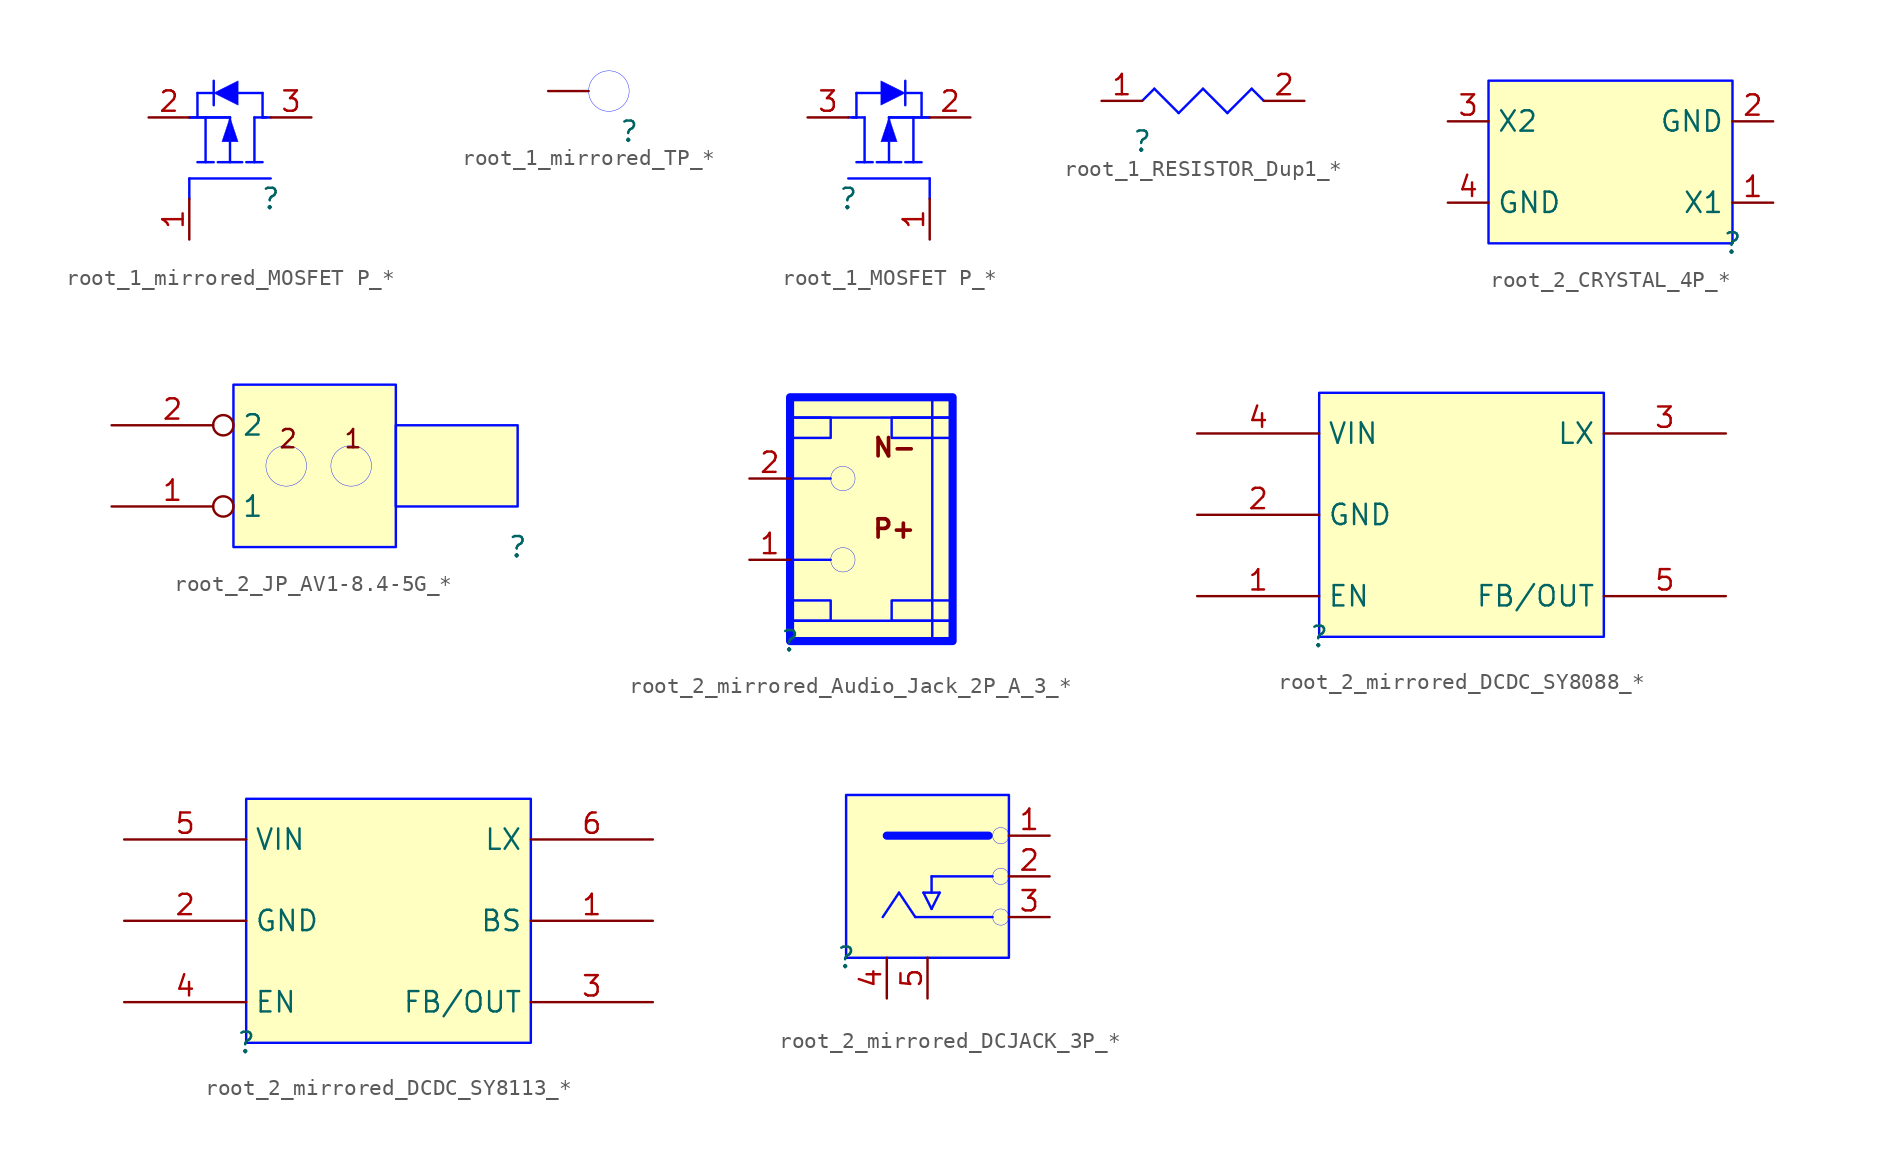
<source format=kicad_sym>
(kicad_symbol_lib
  (version 20241209)
  (generator "kicad_symbol_editor")
  (generator_version "9.0")
  (symbol "root_1_mirrored_MOSFET P_*"
    (pin_names
      (hide yes))
    (property "Reference" ""
      (at 0 0 0)
      (effects (font (size 1.27 1.27))))
    (property "Value" ""
      (at 0 0 0)
      (effects (font (size 1.27 1.27))))
    (symbol "root_1_mirrored_MOSFET P_*_1_0"
      (polyline (pts (xy -5.08 1.27) (xy 0 1.27)) (stroke (width 0) (type solid) (color 0 11 255 1)) (fill (type none)))
      (polyline (pts (xy -5.08 0) (xy -5.08 1.27)) (stroke (width 0) (type solid) (color 0 11 255 1)) (fill (type none)))
      (polyline (pts (xy -4.572 6.604) (xy -4.572 5.08)) (stroke (width 0) (type solid) (color 0 11 255 1)) (fill (type none)))
      (polyline (pts (xy -4.064 2.286) (xy -4.064 5.08)) (stroke (width 0) (type solid) (color 0 11 255 1)) (fill (type none)))
      (polyline (pts (xy -3.556 6.604) (xy -4.572 6.604)) (stroke (width 0) (type solid) (color 0 11 255 1)) (fill (type none)))
      (polyline (pts (xy -3.556 6.604) (xy -2.032 5.842) (xy -2.032 7.366) (xy -3.556 6.604) (xy -3.556 6.604)) (stroke (width 0.025) (type solid) (color 0 11 255 1)) (fill (type color) (color 0 0 255 1)))
      (polyline (pts (xy -3.556 5.842) (xy -3.556 7.366)) (stroke (width 0) (type solid) (color 0 11 255 1)) (fill (type none)))
      (polyline (pts (xy -3.556 2.286) (xy -4.572 2.286)) (stroke (width 0) (type solid) (color 0 11 255 1)) (fill (type none)))
      (polyline (pts (xy -2.54 5.08) (xy -5.08 5.08)) (stroke (width 0) (type solid) (color 0 11 255 1)) (fill (type none)))
      (polyline (pts (xy -2.54 5.08) (xy -5.08 5.08)) (stroke (width 0) (type solid) (color 0 11 255 1)) (fill (type none)))
      (polyline (pts (xy -2.54 5.08) (xy -3.048 3.556) (xy -2.032 3.556) (xy -2.54 5.08) (xy -2.54 5.08)) (stroke (width 0.025) (type solid) (color 0 11 255 1)) (fill (type color) (color 0 0 255 1)))
      (polyline (pts (xy -2.54 4.064) (xy -2.54 5.08)) (stroke (width 0) (type solid) (color 0 11 255 1)) (fill (type none)))
      (polyline (pts (xy -2.54 2.286) (xy -2.54 3.81)) (stroke (width 0) (type solid) (color 0 11 255 1)) (fill (type none)))
      (polyline (pts (xy -1.778 2.286) (xy -3.302 2.286)) (stroke (width 0) (type solid) (color 0 11 255 1)) (fill (type none)))
      (polyline (pts (xy -1.016 5.08) (xy -1.016 2.286)) (stroke (width 0) (type solid) (color 0 11 255 1)) (fill (type none)))
      (polyline (pts (xy -0.508 6.604) (xy -2.032 6.604)) (stroke (width 0) (type solid) (color 0 11 255 1)) (fill (type none)))
      (polyline (pts (xy -0.508 5.08) (xy -1.016 5.08)) (stroke (width 0) (type solid) (color 0 11 255 1)) (fill (type none)))
      (polyline (pts (xy -0.508 5.08) (xy -0.508 6.604)) (stroke (width 0) (type solid) (color 0 11 255 1)) (fill (type none)))
      (polyline (pts (xy -0.508 2.286) (xy -1.524 2.286)) (stroke (width 0) (type solid) (color 0 11 255 1)) (fill (type none)))
      (polyline (pts (xy -0.254 5.08) (xy -0.508 5.08)) (stroke (width 0) (type solid) (color 0 11 255 1)) (fill (type none)))
      (polyline (pts (xy 0 5.08) (xy -0.508 5.08)) (stroke (width 0) (type solid) (color 0 11 255 1)) (fill (type none)))
      (pin passive line (at -7.62 5.08 0) (length 2.54) (name "SOURCE" (effects (font (size 1.27 1.27)))) (number "2" (effects (font (size 1.27 1.27)))))
      (pin passive line (at -5.08 -2.54 90) (length 2.54) (name "GATE" (effects (font (size 1.27 1.27)))) (number "1" (effects (font (size 1.27 1.27)))))
      (pin passive line (at 2.54 5.08 180) (length 2.54) (name "DRAIN" (effects (font (size 1.27 1.27)))) (number "3" (effects (font (size 1.27 1.27)))))))
  (symbol "root_1_mirrored_TP_*"
    (pin_numbers
      (hide yes))
    (pin_names
      (hide yes))
    (property "Reference" ""
      (at 0 0 0)
      (effects (font (size 1.27 1.27))))
    (property "Value" ""
      (at 0 0 0)
      (effects (font (size 1.27 1.27))))
    (symbol "root_1_mirrored_TP_*_1_0"
      (circle (center -1.27 2.54) (radius 1.27) (stroke (width 0.025) (type solid) (color 0 11 255 1)) (fill (type none)))
      (pin passive line (at -5.08 2.54 0) (length 2.54) (name "1" (effects (font (size 1.27 1.27)))) (number "1" (effects (font (size 1.27 1.27)))))))
  (symbol "root_1_MOSFET P_*"
    (pin_names
      (hide yes))
    (property "Reference" ""
      (at 0 0 0)
      (effects (font (size 1.27 1.27))))
    (property "Value" ""
      (at 0 0 0)
      (effects (font (size 1.27 1.27))))
    (symbol "root_1_MOSFET P_*_1_0"
      (polyline (pts (xy 0 5.08) (xy 0.508 5.08)) (stroke (width 0) (type solid) (color 0 11 255 1)) (fill (type none)))
      (polyline (pts (xy 0.254 5.08) (xy 0.508 5.08)) (stroke (width 0) (type solid) (color 0 11 255 1)) (fill (type none)))
      (polyline (pts (xy 0.508 6.604) (xy 2.032 6.604)) (stroke (width 0) (type solid) (color 0 11 255 1)) (fill (type none)))
      (polyline (pts (xy 0.508 5.08) (xy 0.508 6.604)) (stroke (width 0) (type solid) (color 0 11 255 1)) (fill (type none)))
      (polyline (pts (xy 0.508 5.08) (xy 1.016 5.08)) (stroke (width 0) (type solid) (color 0 11 255 1)) (fill (type none)))
      (polyline (pts (xy 0.508 2.286) (xy 1.524 2.286)) (stroke (width 0) (type solid) (color 0 11 255 1)) (fill (type none)))
      (polyline (pts (xy 1.016 5.08) (xy 1.016 2.286)) (stroke (width 0) (type solid) (color 0 11 255 1)) (fill (type none)))
      (polyline (pts (xy 1.778 2.286) (xy 3.302 2.286)) (stroke (width 0) (type solid) (color 0 11 255 1)) (fill (type none)))
      (polyline (pts (xy 2.54 5.08) (xy 5.08 5.08)) (stroke (width 0) (type solid) (color 0 11 255 1)) (fill (type none)))
      (polyline (pts (xy 2.54 5.08) (xy 5.08 5.08)) (stroke (width 0) (type solid) (color 0 11 255 1)) (fill (type none)))
      (polyline (pts (xy 2.54 5.08) (xy 3.048 3.556) (xy 2.032 3.556) (xy 2.54 5.08) (xy 2.54 5.08)) (stroke (width 0.025) (type solid) (color 0 11 255 1)) (fill (type color) (color 0 0 255 1)))
      (polyline (pts (xy 2.54 4.064) (xy 2.54 5.08)) (stroke (width 0) (type solid) (color 0 11 255 1)) (fill (type none)))
      (polyline (pts (xy 2.54 2.286) (xy 2.54 3.81)) (stroke (width 0) (type solid) (color 0 11 255 1)) (fill (type none)))
      (polyline (pts (xy 3.556 6.604) (xy 4.572 6.604)) (stroke (width 0) (type solid) (color 0 11 255 1)) (fill (type none)))
      (polyline (pts (xy 3.556 6.604) (xy 2.032 5.842) (xy 2.032 7.366) (xy 3.556 6.604) (xy 3.556 6.604)) (stroke (width 0.025) (type solid) (color 0 11 255 1)) (fill (type color) (color 0 0 255 1)))
      (polyline (pts (xy 3.556 5.842) (xy 3.556 7.366)) (stroke (width 0) (type solid) (color 0 11 255 1)) (fill (type none)))
      (polyline (pts (xy 3.556 2.286) (xy 4.572 2.286)) (stroke (width 0) (type solid) (color 0 11 255 1)) (fill (type none)))
      (polyline (pts (xy 4.064 2.286) (xy 4.064 5.08)) (stroke (width 0) (type solid) (color 0 11 255 1)) (fill (type none)))
      (polyline (pts (xy 4.572 6.604) (xy 4.572 5.08)) (stroke (width 0) (type solid) (color 0 11 255 1)) (fill (type none)))
      (polyline (pts (xy 5.08 1.27) (xy 0 1.27)) (stroke (width 0) (type solid) (color 0 11 255 1)) (fill (type none)))
      (polyline (pts (xy 5.08 0) (xy 5.08 1.27)) (stroke (width 0) (type solid) (color 0 11 255 1)) (fill (type none)))
      (pin passive line (at -2.54 5.08 0) (length 2.54) (name "DRAIN" (effects (font (size 1.27 1.27)))) (number "3" (effects (font (size 1.27 1.27)))))
      (pin passive line (at 5.08 -2.54 90) (length 2.54) (name "GATE" (effects (font (size 1.27 1.27)))) (number "1" (effects (font (size 1.27 1.27)))))
      (pin passive line (at 7.62 5.08 180) (length 2.54) (name "SOURCE" (effects (font (size 1.27 1.27)))) (number "2" (effects (font (size 1.27 1.27)))))))
  (symbol "root_1_RESISTOR_Dup1_*"
    (pin_names
      (hide yes))
    (property "Reference" ""
      (at 0 0 0)
      (effects (font (size 1.27 1.27))))
    (property "Value" ""
      (at 0 0 0)
      (effects (font (size 1.27 1.27))))
    (symbol "root_1_RESISTOR_Dup1_*_1_0"
      (polyline (pts (xy 0 2.54) (xy 0.762 3.302)) (stroke (width 0) (type solid) (color 0 11 255 1)) (fill (type none)))
      (polyline (pts (xy 0.762 3.302) (xy 2.286 1.778)) (stroke (width 0) (type solid) (color 0 11 255 1)) (fill (type none)))
      (polyline (pts (xy 2.286 1.778) (xy 3.81 3.302)) (stroke (width 0) (type solid) (color 0 11 255 1)) (fill (type none)))
      (polyline (pts (xy 3.81 3.302) (xy 5.334 1.778)) (stroke (width 0) (type solid) (color 0 11 255 1)) (fill (type none)))
      (polyline (pts (xy 5.334 1.778) (xy 6.858 3.302)) (stroke (width 0) (type solid) (color 0 11 255 1)) (fill (type none)))
      (polyline (pts (xy 6.858 3.302) (xy 7.62 2.54)) (stroke (width 0) (type solid) (color 0 11 255 1)) (fill (type none)))
      (pin passive line (at -2.54 2.54 0) (length 2.54) (name "1" (effects (font (size 1.27 1.27)))) (number "1" (effects (font (size 1.27 1.27)))))
      (pin passive line (at 10.16 2.54 180) (length 2.54) (name "2" (effects (font (size 1.27 1.27)))) (number "2" (effects (font (size 1.27 1.27)))))))
  (symbol "root_2_CRYSTAL_4P_*"
    (property "Reference" ""
      (at 0 0 0)
      (effects (font (size 1.27 1.27))))
    (property "Value" ""
      (at 0 0 0)
      (effects (font (size 1.27 1.27))))
    (symbol "root_2_CRYSTAL_4P_*_1_0"
      (rectangle (start 0 10.16) (end -15.24 0) (stroke (width 0) (type solid) (color 0 11 255 1)) (fill (type background)))
      (pin passive line (at -17.78 7.62 0) (length 2.54) (name "X2" (effects (font (size 1.27 1.27)))) (number "3" (effects (font (size 1.27 1.27)))))
      (pin power_in line (at -17.78 2.54 0) (length 2.54) (name "GND" (effects (font (size 1.27 1.27)))) (number "4" (effects (font (size 1.27 1.27)))))
      (pin power_in line (at 2.54 7.62 180) (length 2.54) (name "GND" (effects (font (size 1.27 1.27)))) (number "2" (effects (font (size 1.27 1.27)))))
      (pin passive line (at 2.54 2.54 180) (length 2.54) (name "X1" (effects (font (size 1.27 1.27)))) (number "1" (effects (font (size 1.27 1.27)))))))
  (symbol "root_2_JP_AV1-8.4-5G_*"
    (property "Reference" ""
      (at 0 0 0)
      (effects (font (size 1.27 1.27))))
    (property "Value" ""
      (at 0 0 0)
      (effects (font (size 1.27 1.27))))
    (symbol "root_2_JP_AV1-8.4-5G_*_1_0"
      (circle (center -14.478 5.08) (radius 1.27) (stroke (width 0.025) (type solid) (color 0 11 255 1)) (fill (type none)))
      (circle (center -10.414 5.08) (radius 1.27) (stroke (width 0.025) (type solid) (color 0 11 255 1)) (fill (type none)))
      (rectangle (start -7.62 10.16) (end -17.78 0) (stroke (width 0) (type solid) (color 0 11 255 1)) (fill (type background)))
      (rectangle (start 0 7.62) (end -7.62 2.54) (stroke (width 0) (type solid) (color 0 11 255 1)) (fill (type background)))
      (text "2" (at -13.716 6.096 0) (effects (font (size 1.143 1.143)) (justify right bottom)))
      (text "1" (at -9.652 6.096 0) (effects (font (size 1.143 1.143)) (justify right bottom)))
      (pin passive inverted (at -25.4 7.62 0) (length 7.62) (name "2" (effects (font (size 1.27 1.27)))) (number "2" (effects (font (size 1.27 1.27)))))
      (pin passive inverted (at -25.4 2.54 0) (length 7.62) (name "1" (effects (font (size 1.27 1.27)))) (number "1" (effects (font (size 1.27 1.27)))))))
  (symbol "root_2_mirrored_Audio_Jack_2P_A_3_*"
    (pin_names
      (hide yes))
    (property "Reference" ""
      (at 0 0 0)
      (effects (font (size 1.27 1.27))))
    (property "Value" ""
      (at 0 0 0)
      (effects (font (size 1.27 1.27))))
    (symbol "root_2_mirrored_Audio_Jack_2P_A_3_*_1_0"
      (polyline (pts (xy 0 10.16) (xy 2.54 10.16)) (stroke (width 0) (type solid) (color 0 11 255 1)) (fill (type none)))
      (polyline (pts (xy 0 5.08) (xy 2.54 5.08)) (stroke (width 0) (type solid) (color 0 11 255 1)) (fill (type none)))
      (rectangle (start 2.54 13.97) (end 0 12.7) (stroke (width 0) (type solid) (color 0 11 255 1)) (fill (type background)))
      (rectangle (start 2.54 2.54) (end 0 1.27) (stroke (width 0) (type solid) (color 0 11 255 1)) (fill (type background)))
      (circle (center 3.302 10.16) (radius 0.762) (stroke (width 0.025) (type solid) (color 0 11 255 1)) (fill (type color) (color 0 0 255 1)))
      (circle (center 3.302 5.08) (radius 0.762) (stroke (width 0.025) (type solid) (color 0 11 255 1)) (fill (type color) (color 0 0 255 1)))
      (rectangle (start 10.16 15.24) (end 0 13.97) (stroke (width 0) (type solid) (color 0 11 255 1)) (fill (type background)))
      (rectangle (start 10.16 15.24) (end 0 0) (stroke (width 0.508) (type solid) (color 0 11 255 1)) (fill (type background)))
      (rectangle (start 10.16 15.24) (end 8.89 0) (stroke (width 0) (type solid) (color 0 11 255 1)) (fill (type background)))
      (rectangle (start 10.16 13.97) (end 6.35 12.7) (stroke (width 0) (type solid) (color 0 11 255 1)) (fill (type background)))
      (rectangle (start 10.16 2.54) (end 6.35 1.27) (stroke (width 0) (type solid) (color 0 11 255 1)) (fill (type background)))
      (rectangle (start 10.16 1.27) (end 0 0) (stroke (width 0) (type solid) (color 0 11 255 1)) (fill (type background)))
      (text "N-" (at 5.08 11.43 0) (effects (font (size 1.143 1.143) (thickness 0.229) (bold yes)) (justify left bottom)))
      (text "P+" (at 5.08 6.35 0) (effects (font (size 1.143 1.143) (thickness 0.229) (bold yes)) (justify left bottom)))
      (pin passive line (at -2.54 10.16 0) (length 2.54) (name "2" (effects (font (size 1.27 1.27)))) (number "2" (effects (font (size 1.27 1.27)))))
      (pin passive line (at -2.54 5.08 0) (length 2.54) (name "1" (effects (font (size 1.27 1.27)))) (number "1" (effects (font (size 1.27 1.27)))))))
  (symbol "root_2_mirrored_DCDC_SY8088_*"
    (property "Reference" ""
      (at 0 0 0)
      (effects (font (size 1.27 1.27))))
    (property "Value" ""
      (at 0 0 0)
      (effects (font (size 1.27 1.27))))
    (symbol "root_2_mirrored_DCDC_SY8088_*_1_0"
      (rectangle (start 17.78 15.24) (end 0 0) (stroke (width 0) (type solid) (color 0 11 255 1)) (fill (type background)))
      (pin passive line (at -7.62 12.7 0) (length 7.62) (name "VIN" (effects (font (size 1.27 1.27)))) (number "4" (effects (font (size 1.27 1.27)))))
      (pin passive line (at -7.62 7.62 0) (length 7.62) (name "GND" (effects (font (size 1.27 1.27)))) (number "2" (effects (font (size 1.27 1.27)))))
      (pin passive line (at -7.62 2.54 0) (length 7.62) (name "EN" (effects (font (size 1.27 1.27)))) (number "1" (effects (font (size 1.27 1.27)))))
      (pin passive line (at 25.4 12.7 180) (length 7.62) (name "LX" (effects (font (size 1.27 1.27)))) (number "3" (effects (font (size 1.27 1.27)))))
      (pin passive line (at 25.4 2.54 180) (length 7.62) (name "FB/OUT" (effects (font (size 1.27 1.27)))) (number "5" (effects (font (size 1.27 1.27)))))))
  (symbol "root_2_mirrored_DCDC_SY8113_*"
    (property "Reference" ""
      (at 0 0 0)
      (effects (font (size 1.27 1.27))))
    (property "Value" ""
      (at 0 0 0)
      (effects (font (size 1.27 1.27))))
    (symbol "root_2_mirrored_DCDC_SY8113_*_1_0"
      (rectangle (start 17.78 15.24) (end 0 0) (stroke (width 0) (type solid) (color 0 11 255 1)) (fill (type background)))
      (pin passive line (at -7.62 12.7 0) (length 7.62) (name "VIN" (effects (font (size 1.27 1.27)))) (number "5" (effects (font (size 1.27 1.27)))))
      (pin passive line (at -7.62 7.62 0) (length 7.62) (name "GND" (effects (font (size 1.27 1.27)))) (number "2" (effects (font (size 1.27 1.27)))))
      (pin passive line (at -7.62 2.54 0) (length 7.62) (name "EN" (effects (font (size 1.27 1.27)))) (number "4" (effects (font (size 1.27 1.27)))))
      (pin passive line (at 25.4 12.7 180) (length 7.62) (name "LX" (effects (font (size 1.27 1.27)))) (number "6" (effects (font (size 1.27 1.27)))))
      (pin passive line (at 25.4 7.62 180) (length 7.62) (name "BS" (effects (font (size 1.27 1.27)))) (number "1" (effects (font (size 1.27 1.27)))))
      (pin passive line (at 25.4 2.54 180) (length 7.62) (name "FB/OUT" (effects (font (size 1.27 1.27)))) (number "3" (effects (font (size 1.27 1.27)))))))
  (symbol "root_2_mirrored_DCJACK_3P_*"
    (pin_names
      (hide yes))
    (property "Reference" ""
      (at 0 0 0)
      (effects (font (size 1.27 1.27))))
    (property "Value" ""
      (at 0 0 0)
      (effects (font (size 1.27 1.27))))
    (symbol "root_2_mirrored_DCJACK_3P_*_1_0"
      (polyline (pts (xy 3.302 4.064) (xy 2.286 2.54)) (stroke (width 0) (type solid) (color 0 11 255 1)) (fill (type none)))
      (polyline (pts (xy 4.318 2.54) (xy 3.302 4.064)) (stroke (width 0) (type solid) (color 0 11 255 1)) (fill (type none)))
      (polyline (pts (xy 4.826 4.064) (xy 5.334 3.048)) (stroke (width 0) (type solid) (color 0 11 255 1)) (fill (type none)))
      (polyline (pts (xy 5.334 5.08) (xy 5.334 4.064)) (stroke (width 0) (type solid) (color 0 11 255 1)) (fill (type none)))
      (polyline (pts (xy 5.334 3.048) (xy 5.842 4.064)) (stroke (width 0) (type solid) (color 0 11 255 1)) (fill (type none)))
      (polyline (pts (xy 5.842 4.064) (xy 4.826 4.064)) (stroke (width 0) (type solid) (color 0 11 255 1)) (fill (type none)))
      (polyline (pts (xy 8.89 7.62) (xy 2.54 7.62)) (stroke (width 0.508) (type solid) (color 0 11 255 1)) (fill (type none)))
      (polyline (pts (xy 9.144 5.08) (xy 5.334 5.08)) (stroke (width 0) (type solid) (color 0 11 255 1)) (fill (type none)))
      (polyline (pts (xy 9.144 2.54) (xy 4.318 2.54)) (stroke (width 0) (type solid) (color 0 11 255 1)) (fill (type none)))
      (circle (center 9.652 7.62) (radius 0.508) (stroke (width 0.025) (type solid) (color 0 11 255 1)) (fill (type none)))
      (circle (center 9.652 5.08) (radius 0.508) (stroke (width 0.025) (type solid) (color 0 11 255 1)) (fill (type none)))
      (circle (center 9.652 2.54) (radius 0.508) (stroke (width 0.025) (type solid) (color 0 11 255 1)) (fill (type none)))
      (rectangle (start 10.16 10.16) (end 0 0) (stroke (width 0) (type solid) (color 0 11 255 1)) (fill (type background)))
      (pin passive line (at 2.54 -2.54 90) (length 2.54) (name "4" (effects (font (size 1.27 1.27)))) (number "4" (effects (font (size 1.27 1.27)))))
      (pin passive line (at 5.08 -2.54 90) (length 2.54) (name "5" (effects (font (size 1.27 1.27)))) (number "5" (effects (font (size 1.27 1.27)))))
      (pin passive line (at 12.7 7.62 180) (length 2.54) (name "1" (effects (font (size 1.27 1.27)))) (number "1" (effects (font (size 1.27 1.27)))))
      (pin passive line (at 12.7 5.08 180) (length 2.54) (name "2" (effects (font (size 1.27 1.27)))) (number "2" (effects (font (size 1.27 1.27)))))
      (pin passive line (at 12.7 2.54 180) (length 2.54) (name "3" (effects (font (size 1.27 1.27)))) (number "3" (effects (font (size 1.27 1.27))))))))
</source>
